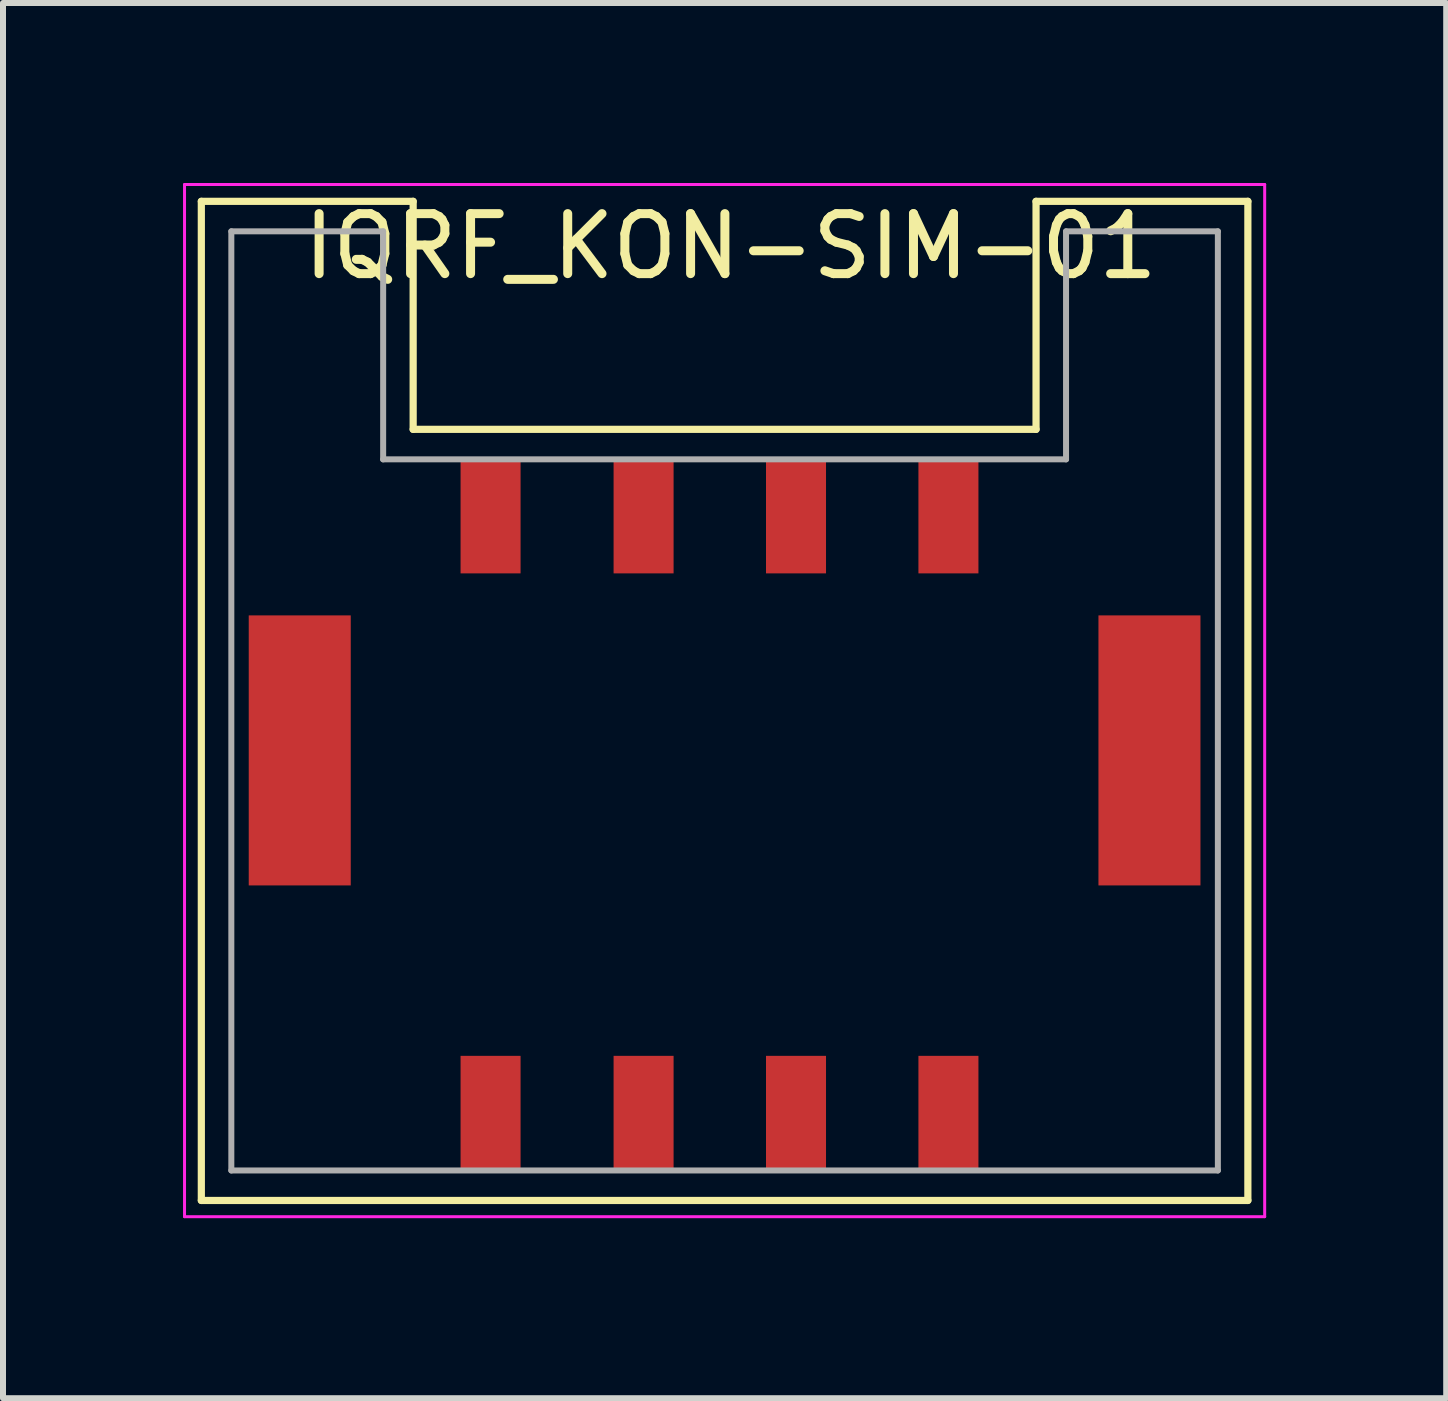
<source format=kicad_pcb>
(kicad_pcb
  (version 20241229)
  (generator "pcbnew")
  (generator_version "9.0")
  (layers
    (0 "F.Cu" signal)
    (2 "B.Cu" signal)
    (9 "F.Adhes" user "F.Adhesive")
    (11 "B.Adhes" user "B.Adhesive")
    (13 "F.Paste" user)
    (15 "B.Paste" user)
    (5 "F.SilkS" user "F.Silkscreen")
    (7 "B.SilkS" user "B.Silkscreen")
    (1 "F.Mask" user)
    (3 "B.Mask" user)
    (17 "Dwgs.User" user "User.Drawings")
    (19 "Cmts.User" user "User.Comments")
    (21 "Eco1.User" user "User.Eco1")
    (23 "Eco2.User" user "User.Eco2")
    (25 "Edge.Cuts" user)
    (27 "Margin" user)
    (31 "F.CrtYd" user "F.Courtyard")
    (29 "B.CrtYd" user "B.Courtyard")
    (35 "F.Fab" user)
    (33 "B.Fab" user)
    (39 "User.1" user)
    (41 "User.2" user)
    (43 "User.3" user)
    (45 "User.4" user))
  (footprint "IQRF_KON-SIM-01"
    (layer "F.Cu")
    (at 9.025 10.525)
    (property "Reference" "IQRF_KON-SIM-01" (at 0.1 -9.47 0) (layer "F.SilkS") (effects (font (size 1 1) (thickness 0.15))))
    (attr smd)
    (fp_line (start -8.72 -10.22) (end -5.19 -10.22) (stroke (width 0.12) (type solid)) (layer "F.SilkS"))
    (fp_line (start -8.72 6.43) (end -8.72 -10.22) (stroke (width 0.12) (type solid)) (layer "F.SilkS"))
    (fp_line (start -8.72 6.43) (end 8.72 6.43) (stroke (width 0.12) (type solid)) (layer "F.SilkS"))
    (fp_line (start -5.19 -10.22) (end -5.19 -6.42) (stroke (width 0.12) (type solid)) (layer "F.SilkS"))
    (fp_line (start -5.19 -6.42) (end 5.19 -6.42) (stroke (width 0.12) (type solid)) (layer "F.SilkS"))
    (fp_line (start 5.19 -10.22) (end 8.72 -10.22) (stroke (width 0.12) (type solid)) (layer "F.SilkS"))
    (fp_line (start 5.19 -6.42) (end 5.19 -10.22) (stroke (width 0.12) (type solid)) (layer "F.SilkS"))
    (fp_line (start 8.72 6.43) (end 8.72 -10.22) (stroke (width 0.12) (type solid)) (layer "F.SilkS"))
    (fp_line (start -9 -10.5) (end 9 -10.5) (stroke (width 0.05) (type solid)) (layer "F.CrtYd"))
    (fp_line (start -9 6.7) (end -9 -10.5) (stroke (width 0.05) (type solid)) (layer "F.CrtYd"))
    (fp_line (start -9 6.7) (end 9 6.7) (stroke (width 0.05) (type solid)) (layer "F.CrtYd"))
    (fp_line (start 9 6.7) (end 9 -10.5) (stroke (width 0.05) (type solid)) (layer "F.CrtYd"))
    (fp_line (start -8.22 -9.72) (end -8.22 5.93) (stroke (width 0.1) (type solid)) (layer "F.Fab"))
    (fp_line (start -8.22 -9.72) (end -5.69 -9.72) (stroke (width 0.1) (type solid)) (layer "F.Fab"))
    (fp_line (start -8.22 5.93) (end 8.22 5.93) (stroke (width 0.1) (type solid)) (layer "F.Fab"))
    (fp_line (start -5.69 -9.72) (end -5.69 -5.92) (stroke (width 0.1) (type solid)) (layer "F.Fab"))
    (fp_line (start -5.69 -5.92) (end 5.69 -5.92) (stroke (width 0.1) (type solid)) (layer "F.Fab"))
    (fp_line (start 5.69 -9.72) (end 5.69 -5.92) (stroke (width 0.1) (type solid)) (layer "F.Fab"))
    (fp_line (start 5.69 -9.72) (end 8.22 -9.72) (stroke (width 0.1) (type solid)) (layer "F.Fab"))
    (fp_line (start 8.22 5.93) (end 8.22 -9.72) (stroke (width 0.1) (type solid)) (layer "F.Fab"))
    (pad "1" smd rect (at -3.9 -4.97) (size 1 1.9) (layers "F.Cu" "F.Mask" "F.Paste"))
    (pad "2" smd rect (at -1.35 -4.97) (size 1 1.9) (layers "F.Cu" "F.Mask" "F.Paste"))
    (pad "3" smd rect (at 1.19 -4.97) (size 1 1.9) (layers "F.Cu" "F.Mask" "F.Paste"))
    (pad "4" smd rect (at 3.73 -4.97) (size 1 1.9) (layers "F.Cu" "F.Mask" "F.Paste"))
    (pad "5" smd rect (at -3.9 4.97) (size 1 1.9) (layers "F.Cu" "F.Mask" "F.Paste"))
    (pad "6" smd rect (at -1.35 4.97) (size 1 1.9) (layers "F.Cu" "F.Mask" "F.Paste"))
    (pad "7" smd rect (at 1.19 4.97) (size 1 1.9) (layers "F.Cu" "F.Mask" "F.Paste"))
    (pad "8" smd rect (at 3.73 4.97) (size 1 1.9) (layers "F.Cu" "F.Mask" "F.Paste"))
    (pad "9" smd rect (at -7.08 -1.07) (size 1.7 4.5) (layers "F.Cu" "F.Mask" "F.Paste"))
    (pad "9" smd rect (at 7.08 -1.07) (size 1.7 4.5) (layers "F.Cu" "F.Mask" "F.Paste")))
  (gr_rect
    (start -3 -3)
    (end 21.05 20.25)
    (stroke (width 0.1) (type default))
    (fill no)
    (layer "Edge.Cuts")))
</source>
